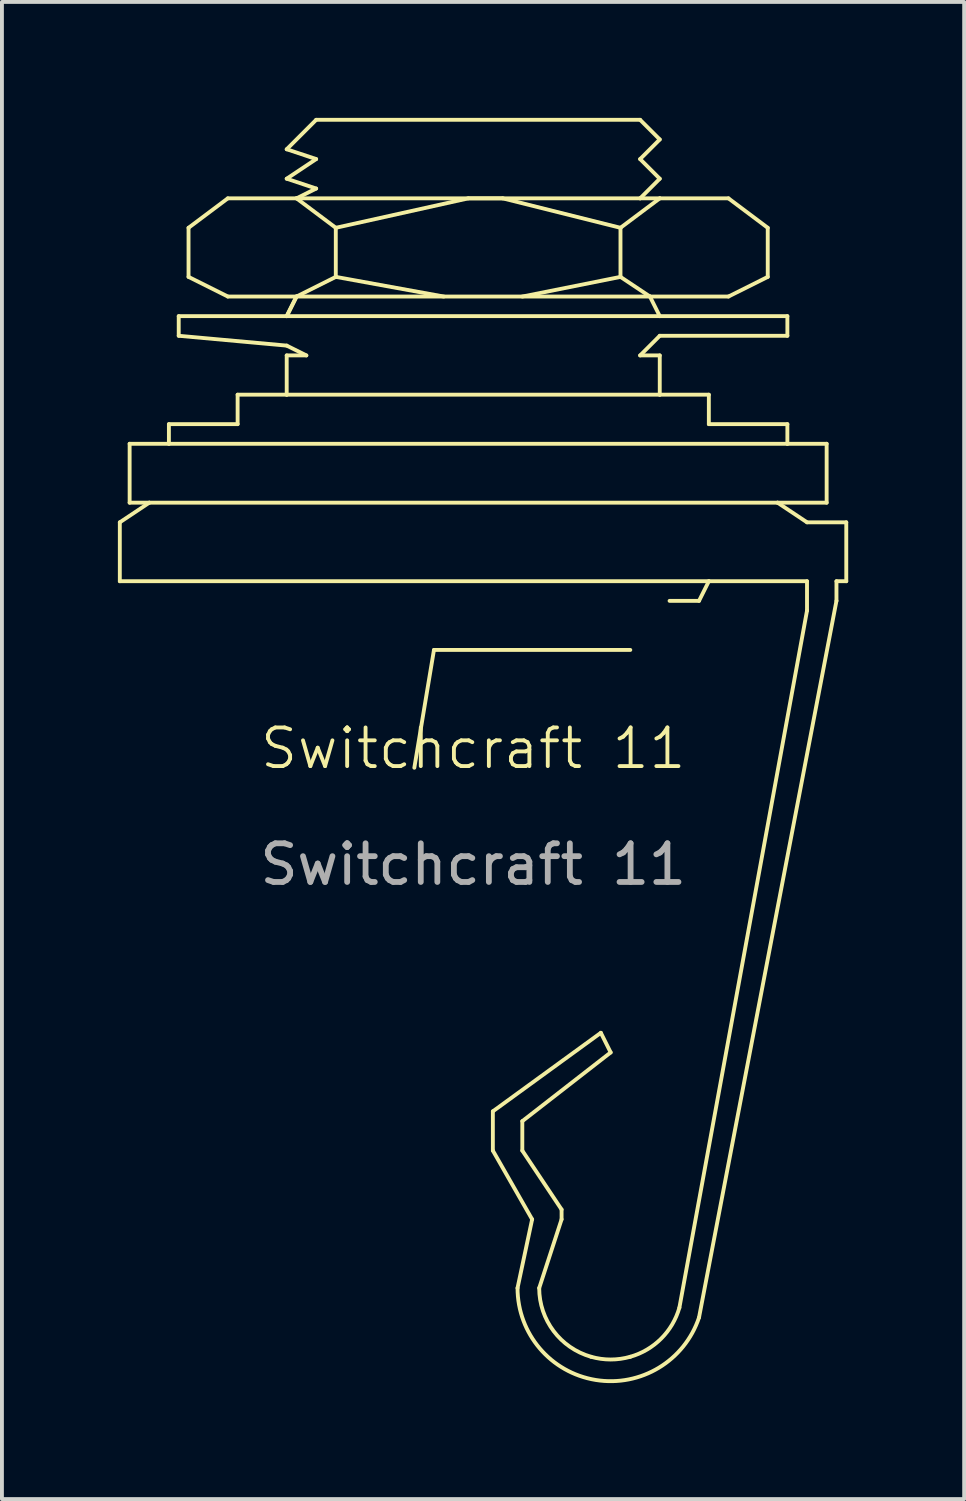
<source format=kicad_pcb>
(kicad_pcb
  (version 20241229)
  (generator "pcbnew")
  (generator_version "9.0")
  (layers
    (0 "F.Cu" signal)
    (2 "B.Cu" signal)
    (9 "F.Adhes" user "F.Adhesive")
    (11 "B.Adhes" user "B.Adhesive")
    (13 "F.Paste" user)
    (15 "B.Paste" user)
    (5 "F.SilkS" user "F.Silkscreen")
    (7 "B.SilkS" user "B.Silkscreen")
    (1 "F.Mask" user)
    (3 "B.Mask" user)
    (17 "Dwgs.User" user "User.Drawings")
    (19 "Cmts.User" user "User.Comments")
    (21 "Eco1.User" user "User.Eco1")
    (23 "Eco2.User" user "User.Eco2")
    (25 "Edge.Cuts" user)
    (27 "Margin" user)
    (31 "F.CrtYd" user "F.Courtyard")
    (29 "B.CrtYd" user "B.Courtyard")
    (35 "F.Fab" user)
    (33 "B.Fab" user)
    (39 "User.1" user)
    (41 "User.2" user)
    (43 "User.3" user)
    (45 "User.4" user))
  (footprint "Switchcraft 11"
    (layer "F.Cu")
    (at 9.194 16.814)
    (property "Reference" "Switchcraft 11" (at 0 -0.5 0) (unlocked yes) (layer "F.SilkS") (effects (font (size 1 1) (thickness 0.1))))
    (attr smd)
    (fp_line (start -9.144 -6.35) (end -8.382 -6.858) (stroke (width 0.1) (type default)) (layer "F.SilkS"))
    (fp_line (start -9.144 -4.826) (end -9.144 -6.35) (stroke (width 0.1) (type default)) (layer "F.SilkS"))
    (fp_line (start -8.89 -8.382) (end -7.874 -8.382) (stroke (width 0.1) (type default)) (layer "F.SilkS"))
    (fp_line (start -8.89 -6.858) (end -8.89 -8.382) (stroke (width 0.1) (type default)) (layer "F.SilkS"))
    (fp_line (start -8.382 -6.858) (end -8.89 -6.858) (stroke (width 0.1) (type default)) (layer "F.SilkS"))
    (fp_line (start -8.382 -6.858) (end 7.874 -6.858) (stroke (width 0.1) (type default)) (layer "F.SilkS"))
    (fp_line (start -7.874 -8.89) (end -6.096 -8.89) (stroke (width 0.1) (type default)) (layer "F.SilkS"))
    (fp_line (start -7.874 -8.382) (end -7.874 -8.89) (stroke (width 0.1) (type default)) (layer "F.SilkS"))
    (fp_line (start -7.874 -8.382) (end 8.128 -8.382) (stroke (width 0.1) (type default)) (layer "F.SilkS"))
    (fp_line (start -7.62 -11.684) (end -4.826 -11.684) (stroke (width 0.1) (type default)) (layer "F.SilkS"))
    (fp_line (start -7.62 -11.176) (end -7.62 -11.684) (stroke (width 0.1) (type default)) (layer "F.SilkS"))
    (fp_line (start -7.366 -13.97) (end -6.35 -14.732) (stroke (width 0.1) (type default)) (layer "F.SilkS"))
    (fp_line (start -7.366 -12.7) (end -7.366 -13.97) (stroke (width 0.1) (type default)) (layer "F.SilkS"))
    (fp_line (start -6.35 -14.732) (end -4.572 -14.732) (stroke (width 0.1) (type default)) (layer "F.SilkS"))
    (fp_line (start -6.35 -12.192) (end -7.366 -12.7) (stroke (width 0.1) (type default)) (layer "F.SilkS"))
    (fp_line (start -6.096 -9.652) (end -4.826 -9.652) (stroke (width 0.1) (type default)) (layer "F.SilkS"))
    (fp_line (start -6.096 -8.89) (end -6.096 -9.652) (stroke (width 0.1) (type default)) (layer "F.SilkS"))
    (fp_line (start -4.826 -16.002) (end -4.064 -16.764) (stroke (width 0.1) (type default)) (layer "F.SilkS"))
    (fp_line (start -4.826 -15.24) (end -4.064 -15.748) (stroke (width 0.1) (type default)) (layer "F.SilkS"))
    (fp_line (start -4.826 -11.684) (end -4.572 -12.192) (stroke (width 0.1) (type default)) (layer "F.SilkS"))
    (fp_line (start -4.826 -11.684) (end -4.572 -12.192) (stroke (width 0.1) (type default)) (layer "F.SilkS"))
    (fp_line (start -4.826 -10.922) (end -7.62 -11.176) (stroke (width 0.1) (type default)) (layer "F.SilkS"))
    (fp_line (start -4.826 -10.668) (end -4.318 -10.668) (stroke (width 0.1) (type default)) (layer "F.SilkS"))
    (fp_line (start -4.826 -9.652) (end -4.826 -10.668) (stroke (width 0.1) (type default)) (layer "F.SilkS"))
    (fp_line (start -4.826 -9.652) (end 4.826 -9.652) (stroke (width 0.1) (type default)) (layer "F.SilkS"))
    (fp_line (start -4.572 -14.732) (end -4.064 -14.986) (stroke (width 0.1) (type default)) (layer "F.SilkS"))
    (fp_line (start -4.572 -14.732) (end -3.556 -13.97) (stroke (width 0.1) (type default)) (layer "F.SilkS"))
    (fp_line (start -4.572 -14.732) (end 4.318 -14.732) (stroke (width 0.1) (type default)) (layer "F.SilkS"))
    (fp_line (start -4.572 -12.192) (end -6.35 -12.192) (stroke (width 0.1) (type default)) (layer "F.SilkS"))
    (fp_line (start -4.318 -10.668) (end -4.826 -10.922) (stroke (width 0.1) (type default)) (layer "F.SilkS"))
    (fp_line (start -4.064 -16.764) (end 4.318 -16.764) (stroke (width 0.1) (type default)) (layer "F.SilkS"))
    (fp_line (start -4.064 -15.748) (end -4.826 -16.002) (stroke (width 0.1) (type default)) (layer "F.SilkS"))
    (fp_line (start -4.064 -14.986) (end -4.826 -15.24) (stroke (width 0.1) (type default)) (layer "F.SilkS"))
    (fp_line (start -3.556 -13.97) (end -3.556 -12.7) (stroke (width 0.1) (type default)) (layer "F.SilkS"))
    (fp_line (start -3.556 -12.7) (end -4.572 -12.192) (stroke (width 0.1) (type default)) (layer "F.SilkS"))
    (fp_line (start -1.016 -3.048) (end -1.524 0) (stroke (width 0.1) (type default)) (layer "F.SilkS"))
    (fp_line (start -0.762 -12.192) (end -3.556 -12.7) (stroke (width 0.1) (type default)) (layer "F.SilkS"))
    (fp_line (start -0.127 -14.732) (end -3.556 -13.97) (stroke (width 0.1) (type default)) (layer "F.SilkS"))
    (fp_line (start -0.127 -14.732) (end 0.762 -14.732) (stroke (width 0.1) (type default)) (layer "F.SilkS"))
    (fp_line (start 0.508 8.89) (end 3.302 6.858) (stroke (width 0.1) (type default)) (layer "F.SilkS"))
    (fp_line (start 0.508 9.906) (end 0.508 8.89) (stroke (width 0.1) (type default)) (layer "F.SilkS"))
    (fp_line (start 0.762 -14.732) (end 3.81 -13.97) (stroke (width 0.1) (type default)) (layer "F.SilkS"))
    (fp_line (start 1.146 13.462) (end 1.524 11.684) (stroke (width 0.1) (type default)) (layer "F.SilkS"))
    (fp_line (start 1.27 -12.192) (end 3.81 -12.7) (stroke (width 0.1) (type default)) (layer "F.SilkS"))
    (fp_line (start 1.27 9.144) (end 1.27 9.906) (stroke (width 0.1) (type default)) (layer "F.SilkS"))
    (fp_line (start 1.27 9.906) (end 2.286 11.43) (stroke (width 0.1) (type default)) (layer "F.SilkS"))
    (fp_line (start 1.524 11.684) (end 0.508 9.906) (stroke (width 0.1) (type default)) (layer "F.SilkS"))
    (fp_line (start 2.286 11.43) (end 2.286 11.684) (stroke (width 0.1) (type default)) (layer "F.SilkS"))
    (fp_line (start 2.286 11.684) (end 1.707 13.462) (stroke (width 0.1) (type default)) (layer "F.SilkS"))
    (fp_line (start 3.302 6.858) (end 3.556 7.366) (stroke (width 0.1) (type default)) (layer "F.SilkS"))
    (fp_line (start 3.556 7.366) (end 1.27 9.144) (stroke (width 0.1) (type default)) (layer "F.SilkS"))
    (fp_line (start 3.81 -13.97) (end 3.81 -12.7) (stroke (width 0.1) (type default)) (layer "F.SilkS"))
    (fp_line (start 3.81 -13.97) (end 4.826 -14.732) (stroke (width 0.1) (type default)) (layer "F.SilkS"))
    (fp_line (start 3.81 -12.7) (end 4.572 -12.192) (stroke (width 0.1) (type default)) (layer "F.SilkS"))
    (fp_line (start 4.064 -3.048) (end -1.016 -3.048) (stroke (width 0.1) (type default)) (layer "F.SilkS"))
    (fp_line (start 4.318 -16.764) (end 4.826 -16.256) (stroke (width 0.1) (type default)) (layer "F.SilkS"))
    (fp_line (start 4.318 -15.748) (end 4.826 -15.24) (stroke (width 0.1) (type default)) (layer "F.SilkS"))
    (fp_line (start 4.318 -14.732) (end 4.826 -14.732) (stroke (width 0.1) (type default)) (layer "F.SilkS"))
    (fp_line (start 4.318 -10.668) (end 4.826 -10.668) (stroke (width 0.1) (type default)) (layer "F.SilkS"))
    (fp_line (start 4.572 -12.192) (end -4.572 -12.192) (stroke (width 0.1) (type default)) (layer "F.SilkS"))
    (fp_line (start 4.572 -12.192) (end 4.826 -11.684) (stroke (width 0.1) (type default)) (layer "F.SilkS"))
    (fp_line (start 4.826 -16.256) (end 4.318 -15.748) (stroke (width 0.1) (type default)) (layer "F.SilkS"))
    (fp_line (start 4.826 -15.24) (end 4.318 -14.732) (stroke (width 0.1) (type default)) (layer "F.SilkS"))
    (fp_line (start 4.826 -14.732) (end 6.604 -14.732) (stroke (width 0.1) (type default)) (layer "F.SilkS"))
    (fp_line (start 4.826 -11.684) (end -4.826 -11.684) (stroke (width 0.1) (type default)) (layer "F.SilkS"))
    (fp_line (start 4.826 -11.684) (end 8.128 -11.684) (stroke (width 0.1) (type default)) (layer "F.SilkS"))
    (fp_line (start 4.826 -11.176) (end 4.318 -10.668) (stroke (width 0.1) (type default)) (layer "F.SilkS"))
    (fp_line (start 4.826 -10.668) (end 4.826 -9.652) (stroke (width 0.1) (type default)) (layer "F.SilkS"))
    (fp_line (start 4.826 -9.652) (end 6.096 -9.652) (stroke (width 0.1) (type default)) (layer "F.SilkS"))
    (fp_line (start 5.334 13.97) (end 8.636 -4.064) (stroke (width 0.1) (type default)) (layer "F.SilkS"))
    (fp_line (start 5.842 -4.318) (end 5.08 -4.318) (stroke (width 0.1) (type default)) (layer "F.SilkS"))
    (fp_line (start 6.096 -9.652) (end 6.096 -8.89) (stroke (width 0.1) (type default)) (layer "F.SilkS"))
    (fp_line (start 6.096 -8.89) (end 8.128 -8.89) (stroke (width 0.1) (type default)) (layer "F.SilkS"))
    (fp_line (start 6.096 -4.826) (end -9.144 -4.826) (stroke (width 0.1) (type default)) (layer "F.SilkS"))
    (fp_line (start 6.096 -4.826) (end 5.842 -4.318) (stroke (width 0.1) (type default)) (layer "F.SilkS"))
    (fp_line (start 6.604 -14.732) (end 7.62 -13.97) (stroke (width 0.1) (type default)) (layer "F.SilkS"))
    (fp_line (start 6.604 -12.192) (end 4.572 -12.192) (stroke (width 0.1) (type default)) (layer "F.SilkS"))
    (fp_line (start 7.62 -13.97) (end 7.62 -12.7) (stroke (width 0.1) (type default)) (layer "F.SilkS"))
    (fp_line (start 7.62 -12.7) (end 6.604 -12.192) (stroke (width 0.1) (type default)) (layer "F.SilkS"))
    (fp_line (start 7.874 -6.858) (end 8.636 -6.35) (stroke (width 0.1) (type default)) (layer "F.SilkS"))
    (fp_line (start 8.128 -11.684) (end 8.128 -11.176) (stroke (width 0.1) (type default)) (layer "F.SilkS"))
    (fp_line (start 8.128 -11.176) (end 4.826 -11.176) (stroke (width 0.1) (type default)) (layer "F.SilkS"))
    (fp_line (start 8.128 -8.89) (end 8.128 -8.382) (stroke (width 0.1) (type default)) (layer "F.SilkS"))
    (fp_line (start 8.128 -8.382) (end 9.144 -8.382) (stroke (width 0.1) (type default)) (layer "F.SilkS"))
    (fp_line (start 8.636 -6.35) (end 9.652 -6.35) (stroke (width 0.1) (type default)) (layer "F.SilkS"))
    (fp_line (start 8.636 -4.826) (end 6.096 -4.826) (stroke (width 0.1) (type default)) (layer "F.SilkS"))
    (fp_line (start 8.636 -4.064) (end 8.636 -4.826) (stroke (width 0.1) (type default)) (layer "F.SilkS"))
    (fp_line (start 9.144 -8.382) (end 9.144 -6.858) (stroke (width 0.1) (type default)) (layer "F.SilkS"))
    (fp_line (start 9.144 -6.858) (end 7.874 -6.858) (stroke (width 0.1) (type default)) (layer "F.SilkS"))
    (fp_line (start 9.398 -4.826) (end 9.398 -4.318) (stroke (width 0.1) (type default)) (layer "F.SilkS"))
    (fp_line (start 9.398 -4.318) (end 5.842 14.224) (stroke (width 0.1) (type default)) (layer "F.SilkS"))
    (fp_line (start 9.652 -6.35) (end 9.652 -4.826) (stroke (width 0.1) (type default)) (layer "F.SilkS"))
    (fp_line (start 9.652 -4.826) (end 9.398 -4.826) (stroke (width 0.1) (type default)) (layer "F.SilkS"))
    (fp_arc (start 3.048 15.239999) (mid 2.079736 14.575548) (end 1.706853 13.462) (stroke (width 0.1) (type default)) (layer "F.SilkS"))
    (fp_arc (start 4.064 15.239998) (mid 3.556 15.311146) (end 3.048 15.239998) (stroke (width 0.1) (type default)) (layer "F.SilkS"))
    (fp_arc (start 5.333999 13.97) (mid 4.863544 14.769544) (end 4.064 15.239999) (stroke (width 0.1) (type default)) (layer "F.SilkS"))
    (fp_arc (start 5.841999 14.224) (mid 3.170016 15.84054) (end 1.146345 13.462) (stroke (width 0.1) (type default)) (layer "F.SilkS"))
    (fp_text user "${REFERENCE}" (at 0 2.5 0) (unlocked yes) (layer "F.Fab") (effects (font (size 1 1) (thickness 0.15)))))
  (gr_rect
    (start -3 -3)
    (end 21.896 35.736)
    (stroke (width 0.1) (type default))
    (fill no)
    (layer "Edge.Cuts")))
</source>
